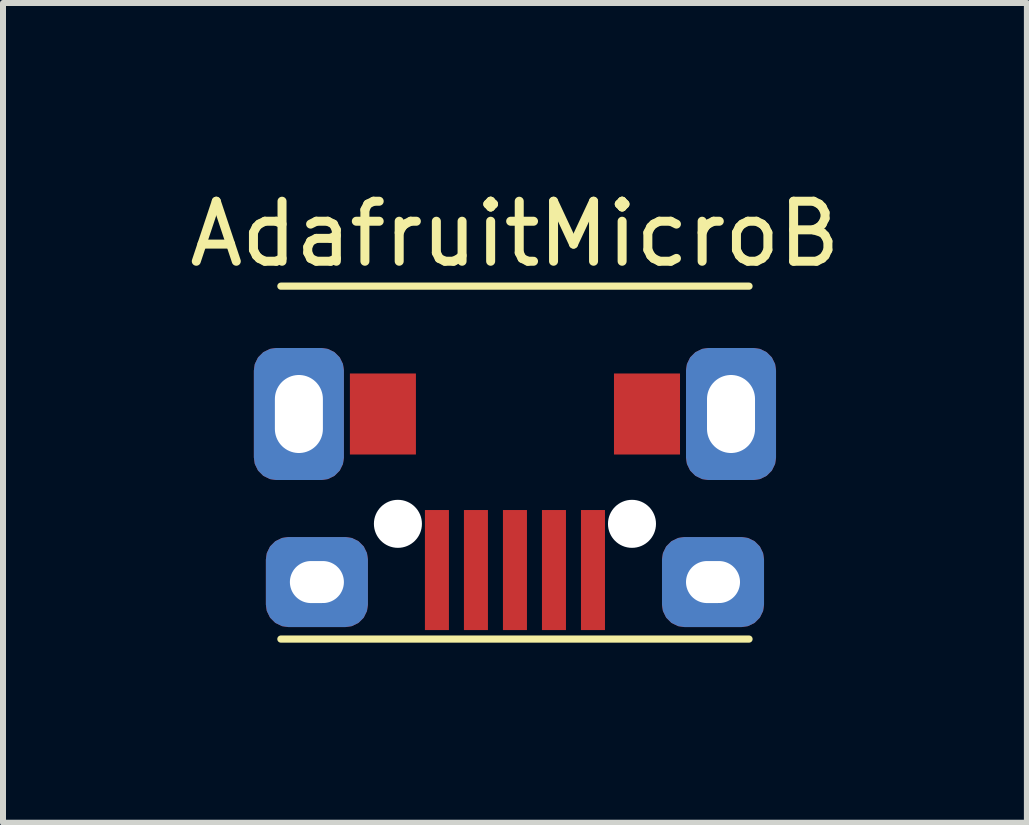
<source format=kicad_pcb>
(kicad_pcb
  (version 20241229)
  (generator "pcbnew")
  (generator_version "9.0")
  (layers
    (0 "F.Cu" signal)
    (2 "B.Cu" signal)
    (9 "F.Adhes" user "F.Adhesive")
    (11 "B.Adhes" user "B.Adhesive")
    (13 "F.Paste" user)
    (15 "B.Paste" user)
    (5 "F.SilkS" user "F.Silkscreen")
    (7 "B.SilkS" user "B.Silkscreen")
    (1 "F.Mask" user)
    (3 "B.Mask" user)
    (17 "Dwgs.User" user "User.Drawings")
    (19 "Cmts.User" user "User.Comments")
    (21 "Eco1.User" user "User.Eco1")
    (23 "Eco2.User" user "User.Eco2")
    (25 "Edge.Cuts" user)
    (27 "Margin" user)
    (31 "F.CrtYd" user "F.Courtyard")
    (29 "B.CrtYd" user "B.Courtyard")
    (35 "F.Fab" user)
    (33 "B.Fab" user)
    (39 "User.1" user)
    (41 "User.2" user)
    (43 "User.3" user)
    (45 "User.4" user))
  (footprint "AdafruitMicroB"
    (layer "F.Cu")
    (at 5.53 3.848)
    (property "Reference" "AdafruitMicroB" (at 0 -3 0) (layer "F.SilkS") (effects (font (size 1 1) (thickness 0.15))))
    (attr through_hole)
    (fp_line (start -3.9 -2.13) (end 3.9 -2.13) (stroke (width 0.12) (type solid)) (layer "F.SilkS"))
    (fp_line (start 3.9 3.75) (end -3.9 3.75) (stroke (width 0.12) (type solid)) (layer "F.SilkS"))
    (pad "" np_thru_hole circle (at -1.95 1.83) (size 0.8 0.8) (drill 0.8) (layers "*.Cu" "*.Mask"))
    (pad "" np_thru_hole circle (at 1.95 1.83) (size 0.8 0.8) (drill 0.8) (layers "*.Cu" "*.Mask"))
    (pad "1" smd rect (at 1.3 2.6) (size 0.4 2) (layers "F.Cu" "F.Mask" "F.Paste"))
    (pad "2" smd rect (at 0.65 2.6) (size 0.4 2) (layers "F.Cu" "F.Mask" "F.Paste"))
    (pad "3" smd rect (at 0 2.6) (size 0.4 2) (layers "F.Cu" "F.Mask" "F.Paste"))
    (pad "4" smd rect (at -0.65 2.6) (size 0.4 2) (layers "F.Cu" "F.Mask" "F.Paste"))
    (pad "5" smd rect (at -1.3 2.6) (size 0.4 2) (layers "F.Cu" "F.Mask" "F.Paste"))
    (pad "6" thru_hole roundrect (at -3.6 0) (size 1.5 2.2) (drill oval 0.8 1.3) (layers "*.Cu" "*.Mask") (roundrect_rratio 0.25))
    (pad "6" thru_hole roundrect (at -3.3 2.8) (size 1.7 1.5) (drill oval 0.9 0.7) (layers "*.Cu" "*.Mask") (roundrect_rratio 0.25))
    (pad "6" smd rect (at -2.2 0) (size 1.1 1.35) (layers "F.Cu" "F.Mask" "F.Paste"))
    (pad "6" smd rect (at 2.2 0) (size 1.1 1.35) (layers "F.Cu" "F.Mask" "F.Paste"))
    (pad "6" thru_hole roundrect (at 3.3 2.8) (size 1.7 1.5) (drill oval 0.9 0.7) (layers "*.Cu" "*.Mask") (roundrect_rratio 0.25))
    (pad "6" thru_hole roundrect (at 3.6 0) (size 1.5 2.2) (drill oval 0.8 1.3) (layers "*.Cu" "*.Mask") (roundrect_rratio 0.25)))
  (gr_rect
    (start -3 -3)
    (end 14.06 10.658)
    (stroke (width 0.1) (type default))
    (fill no)
    (layer "Edge.Cuts")))
</source>
